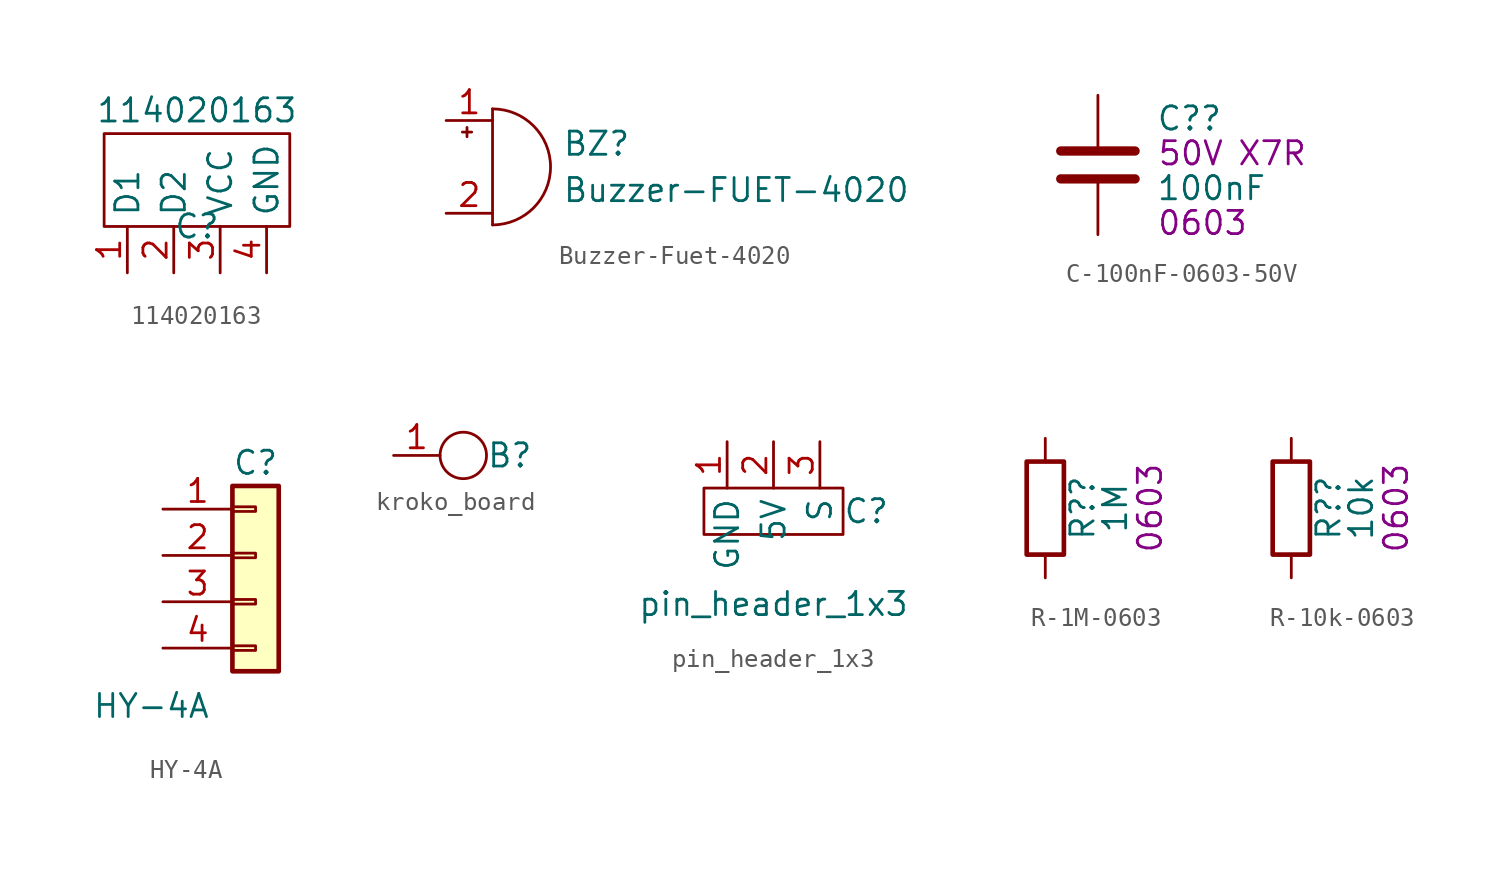
<source format=kicad_sym>
(kicad_symbol_lib
  (version 20220914)
  (generator kicad_symbol_editor)
  (symbol "114020163"
    (property "Reference" "C"
      (at 0 0 0)
      (effects (font (size 1.27 1.27))))
    (property "Value" "114020163"
      (at 0 6.35 0)
      (effects (font (size 1.27 1.27))))
    (symbol "114020163_0_1"
      (rectangle (start -5.08 5.08) (end 5.08 0) (stroke (width 0) (type default)) (fill (type none))))
    (symbol "114020163_1_1"
      (pin input line (at -3.81 -2.54 90) (length 2.54) (name "D1" (effects (font (size 1.27 1.27)))) (number "1" (effects (font (size 1.27 1.27)))))
      (pin input line (at -1.27 -2.54 90) (length 2.54) (name "D2" (effects (font (size 1.27 1.27)))) (number "2" (effects (font (size 1.27 1.27)))))
      (pin input line (at 1.27 -2.54 90) (length 2.54) (name "VCC" (effects (font (size 1.27 1.27)))) (number "3" (effects (font (size 1.27 1.27)))))
      (pin input line (at 3.81 -2.54 90) (length 2.54) (name "GND" (effects (font (size 1.27 1.27)))) (number "4" (effects (font (size 1.27 1.27)))))))
  (symbol "Buzzer-Fuet-4020"
    (pin_names
      (offset 0.025) hide)
    (property "Reference" "BZ"
      (at 3.81 1.27 0)
      (effects (font (size 1.27 1.27)) (justify left)))
    (property "Value" "Buzzer-FUET-4020"
      (at 3.81 -1.27 0)
      (effects (font (size 1.27 1.27)) (justify left)))
    (symbol "Buzzer-Fuet-4020_0_1"
      (arc (start 0 -3.175) (mid 3.1612 0) (end 0 3.175) (stroke (width 0) (type default)) (fill (type none)))
      (polyline (pts (xy -1.651 1.905) (xy -1.143 1.905)) (stroke (width 0) (type default)) (fill (type none)))
      (polyline (pts (xy -1.397 2.159) (xy -1.397 1.651)) (stroke (width 0) (type default)) (fill (type none)))
      (polyline (pts (xy 0 3.175) (xy 0 -3.175)) (stroke (width 0) (type default)) (fill (type none))))
    (symbol "Buzzer-Fuet-4020_1_1"
      (pin passive line (at -2.54 2.54 0) (length 2.54) (name "-" (effects (font (size 1.27 1.27)))) (number "1" (effects (font (size 1.27 1.27)))))
      (pin passive line (at -2.54 -2.54 0) (length 2.54) (name "+" (effects (font (size 1.27 1.27)))) (number "2" (effects (font (size 1.27 1.27)))))))
  (symbol "C-100nF-0603-50V"
    (pin_numbers hide)
    (pin_names
      (offset 0.254))
    (property "Reference" "C?"
      (at 3.175 2.54 0)
      (effects (font (size 1.27 1.27)) (justify left)))
    (property "Value" "100nF"
      (at 3.175 -1.27 0)
      (effects (font (size 1.27 1.27)) (justify left)))
    (property "Footprint v" "0603"
      (at 5.715 -3.175 0)
      (effects (font (size 1.27 1.27))))
    (property "Voltage Rating" "50V"
      (at 5.08 0.635 0)
      (effects (font (size 1.27 1.27))))
    (property "Temperature Profile" "X7R"
      (at 9.525 0.635 0)
      (effects (font (size 1.27 1.27))))
    (symbol "C-100nF-0603-50V_0_1"
      (polyline (pts (xy -2.032 -0.762) (xy 2.032 -0.762)) (stroke (width 0.508) (type default)) (fill (type none)))
      (polyline (pts (xy -2.032 0.762) (xy 2.032 0.762)) (stroke (width 0.508) (type default)) (fill (type none))))
    (symbol "C-100nF-0603-50V_1_1"
      (pin passive line (at 0 3.81 270) (length 2.794) (name "~" (effects (font (size 1.27 1.27)))) (number "1" (effects (font (size 1.27 1.27)))))
      (pin passive line (at 0 -3.81 90) (length 2.794) (name "~" (effects (font (size 1.27 1.27)))) (number "2" (effects (font (size 1.27 1.27)))))))
  (symbol "HY-4A"
    (pin_names
      (offset 1.016) hide)
    (property "Reference" "C"
      (at 0 5.08 0)
      (effects (font (size 1.27 1.27))))
    (property "Value" "HY-4A"
      (at -5.715 -8.255 0)
      (effects (font (size 1.27 1.27))))
    (symbol "HY-4A_1_1"
      (rectangle (start -1.27 -4.953) (end 0 -5.207) (stroke (width 0.152) (type default)) (fill (type none)))
      (rectangle (start -1.27 -2.413) (end 0 -2.667) (stroke (width 0.152) (type default)) (fill (type none)))
      (rectangle (start -1.27 0.127) (end 0 -0.127) (stroke (width 0.152) (type default)) (fill (type none)))
      (rectangle (start -1.27 2.667) (end 0 2.413) (stroke (width 0.152) (type default)) (fill (type none)))
      (rectangle (start -1.27 3.81) (end 1.27 -6.35) (stroke (width 0.254) (type default)) (fill (type background)))
      (pin passive line (at -5.08 2.54 0) (length 3.81) (name "Pin_1" (effects (font (size 1.27 1.27)))) (number "1" (effects (font (size 1.27 1.27)))))
      (pin passive line (at -5.08 0 0) (length 3.81) (name "Pin_2" (effects (font (size 1.27 1.27)))) (number "2" (effects (font (size 1.27 1.27)))))
      (pin passive line (at -5.08 -2.54 0) (length 3.81) (name "Pin_3" (effects (font (size 1.27 1.27)))) (number "3" (effects (font (size 1.27 1.27)))))
      (pin passive line (at -5.08 -5.08 0) (length 3.81) (name "Pin_4" (effects (font (size 1.27 1.27)))) (number "4" (effects (font (size 1.27 1.27)))))))
  (symbol "kroko_board"
    (property "Reference" "B"
      (at 3.81 0 0)
      (effects (font (size 1.27 1.27))))
    (symbol "kroko_board_0_1"
      (circle (center 1.27 0) (radius 1.27) (stroke (width 0) (type default)) (fill (type none))))
    (symbol "kroko_board_1_1"
      (pin passive line (at -2.54 0 0) (length 2.54) (name "1" (effects (font (size 0 0)))) (number "1" (effects (font (size 1.27 1.27)))))))
  (symbol "pin_header_1x3"
    (property "Reference" "C"
      (at 5.08 0 0)
      (effects (font (size 1.27 1.27))))
    (property "Value" "pin_header_1x3"
      (at 0 -5.08 0)
      (effects (font (size 1.27 1.27))))
    (symbol "pin_header_1x3_0_1"
      (rectangle (start -3.81 1.27) (end 3.81 -1.27) (stroke (width 0) (type default)) (fill (type none))))
    (symbol "pin_header_1x3_1_1"
      (pin input line (at -2.54 3.81 270) (length 2.54) (name "GND" (effects (font (size 1.27 1.27)))) (number "1" (effects (font (size 1.27 1.27)))))
      (pin input line (at 0 3.81 270) (length 2.54) (name "5V" (effects (font (size 1.27 1.27)))) (number "2" (effects (font (size 1.27 1.27)))))
      (pin input line (at 2.54 3.81 270) (length 2.54) (name "S" (effects (font (size 1.27 1.27)))) (number "3" (effects (font (size 1.27 1.27)))))))
  (symbol "R-1M-0603"
    (pin_numbers hide)
    (pin_names
      (offset 0))
    (property "Reference" "R?"
      (at 2.032 0 90)
      (effects (font (size 1.27 1.27))))
    (property "Value" "1M"
      (at 3.81 0 90)
      (effects (font (size 1.27 1.27))))
    (property "Footprint dpl" "0603"
      (at 5.715 0 90)
      (effects (font (size 1.27 1.27))))
    (symbol "R-1M-0603_0_1"
      (rectangle (start -1.016 -2.54) (end 1.016 2.54) (stroke (width 0.254) (type default)) (fill (type none))))
    (symbol "R-1M-0603_1_1"
      (pin passive line (at 0 3.81 270) (length 1.27) (name "~" (effects (font (size 1.27 1.27)))) (number "1" (effects (font (size 1.27 1.27)))))
      (pin passive line (at 0 -3.81 90) (length 1.27) (name "~" (effects (font (size 1.27 1.27)))) (number "2" (effects (font (size 1.27 1.27)))))))
  (symbol "R-10k-0603"
    (pin_numbers hide)
    (pin_names
      (offset 0))
    (property "Reference" "R?"
      (at 2.032 0 90)
      (effects (font (size 1.27 1.27))))
    (property "Value" "10k"
      (at 3.81 0 90)
      (effects (font (size 1.27 1.27))))
    (property "Footprint dpl" "0603"
      (at 5.715 0 90)
      (effects (font (size 1.27 1.27))))
    (symbol "R-10k-0603_0_1"
      (rectangle (start -1.016 -2.54) (end 1.016 2.54) (stroke (width 0.254) (type default)) (fill (type none))))
    (symbol "R-10k-0603_1_1"
      (pin passive line (at 0 3.81 270) (length 1.27) (name "~" (effects (font (size 1.27 1.27)))) (number "1" (effects (font (size 1.27 1.27)))))
      (pin passive line (at 0 -3.81 90) (length 1.27) (name "~" (effects (font (size 1.27 1.27)))) (number "2" (effects (font (size 1.27 1.27))))))))
</source>
